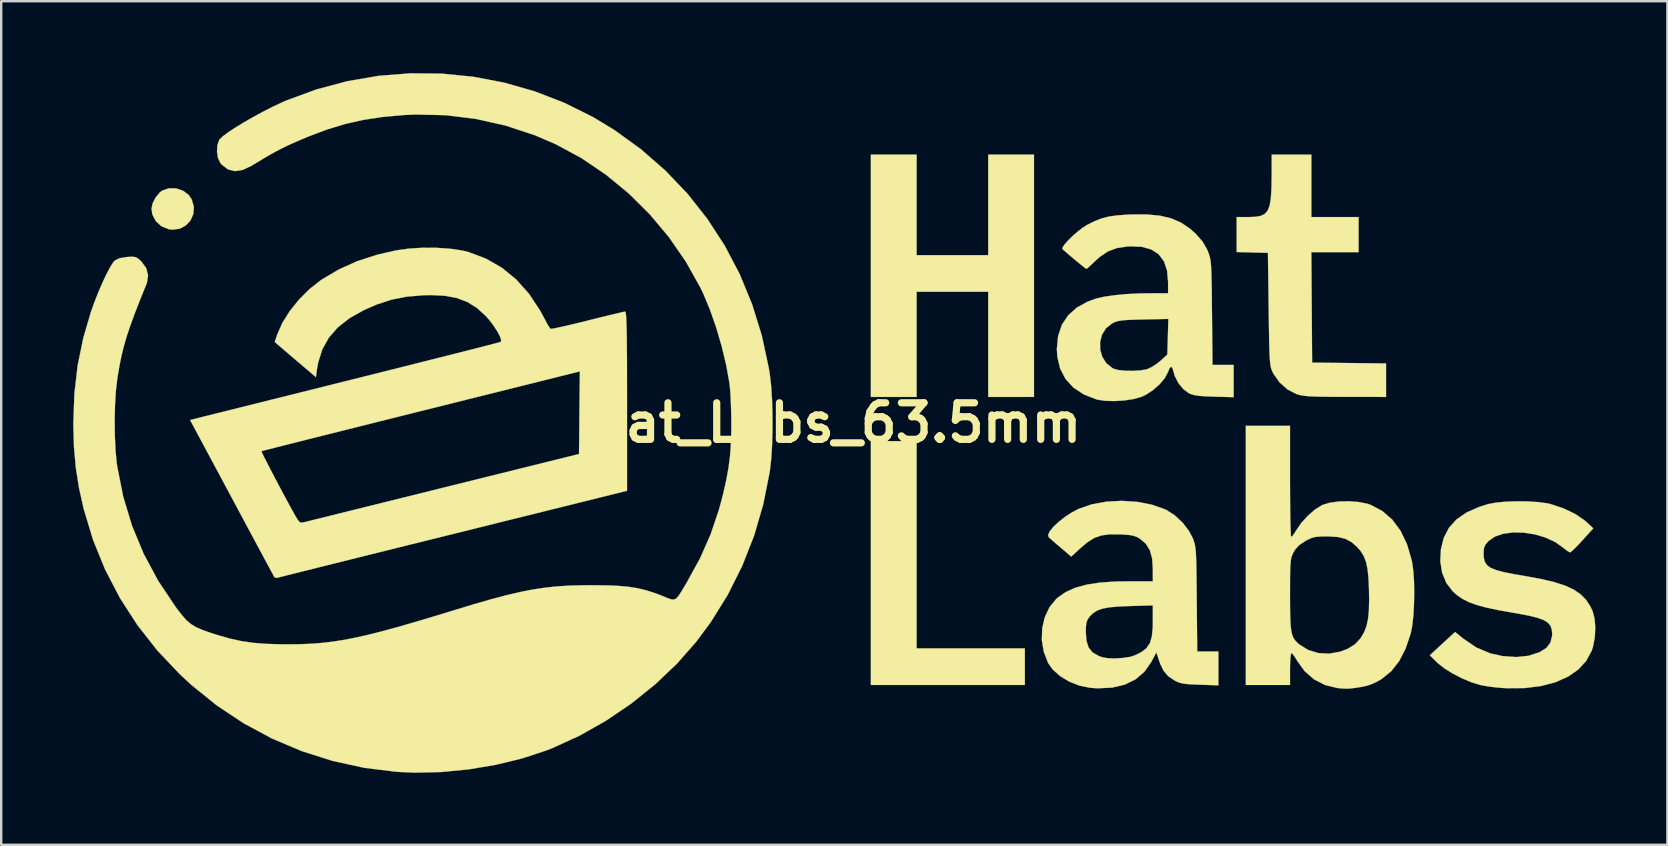
<source format=kicad_pcb>
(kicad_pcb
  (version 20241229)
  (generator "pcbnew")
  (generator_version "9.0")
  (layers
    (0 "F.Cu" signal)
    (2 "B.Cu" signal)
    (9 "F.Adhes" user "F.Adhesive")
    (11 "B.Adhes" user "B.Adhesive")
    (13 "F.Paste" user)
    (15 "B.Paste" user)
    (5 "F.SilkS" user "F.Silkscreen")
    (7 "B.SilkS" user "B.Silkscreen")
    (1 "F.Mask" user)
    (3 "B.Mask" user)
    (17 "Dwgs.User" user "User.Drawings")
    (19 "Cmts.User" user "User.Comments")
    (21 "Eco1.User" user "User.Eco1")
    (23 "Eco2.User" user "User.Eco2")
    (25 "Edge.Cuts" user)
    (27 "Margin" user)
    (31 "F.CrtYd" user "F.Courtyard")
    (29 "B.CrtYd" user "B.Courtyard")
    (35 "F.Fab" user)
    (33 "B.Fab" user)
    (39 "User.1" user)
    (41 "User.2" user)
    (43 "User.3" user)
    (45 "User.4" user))
  (footprint "Hat_Labs_63.5mm"
    (layer "F.Cu")
    (at 31.71 14.566)
    (property "Reference" "Hat_Labs_63.5mm" (at 0 0 0) (layer "F.SilkS") (effects (font (size 1.524 1.524) (thickness 0.3))))
    (attr through_hole)
    (fp_poly (pts (xy 3.429 9.398) (xy 7.938 9.398) (xy 7.938 10.922) (xy 1.524 10.922) (xy 1.524 0.762) (xy 3.429 0.762) (xy 3.429 9.398)) (stroke (width 0.01) (type solid)) (fill yes) (layer "F.SilkS"))
    (fp_poly (pts (xy 3.429 -6.985) (xy 6.413 -6.985) (xy 6.413 -11.176) (xy 8.319 -11.176) (xy 8.319 -1.079) (xy 6.413 -1.079) (xy 6.413 -5.461) (xy 3.429 -5.461) (xy 3.429 -1.079) (xy 1.524 -1.079) (xy 1.524 -11.176) (xy 3.429 -11.176) (xy 3.429 -6.985)) (stroke (width 0.01) (type solid)) (fill yes) (layer "F.SilkS"))
    (fp_poly (pts (xy -27.424 -9.767) (xy -27.138 -9.672) (xy -26.9 -9.495) (xy -26.772 -9.308) (xy -26.684 -8.997) (xy -26.706 -8.699) (xy -26.822 -8.435) (xy -27.015 -8.225) (xy -27.27 -8.088) (xy -27.572 -8.047) (xy -27.732 -8.067) (xy -28.034 -8.19) (xy -28.267 -8.401) (xy -28.411 -8.677) (xy -28.448 -8.923) (xy -28.4 -9.146) (xy -28.277 -9.386) (xy -28.111 -9.591) (xy -28.004 -9.674) (xy -27.724 -9.771) (xy -27.424 -9.767)) (stroke (width 0.01) (type solid)) (fill yes) (layer "F.SilkS"))
    (fp_poly (pts (xy 19.875 -8.572) (xy 21.844 -8.572) (xy 21.844 -7.112) (xy 19.874 -7.112) (xy 19.891 -4.81) (xy 19.907 -2.508) (xy 21.447 -2.491) (xy 22.987 -2.474) (xy 22.987 -1.079) (xy 21.288 -1.082) (xy 20.764 -1.083) (xy 20.349 -1.087) (xy 20.027 -1.095) (xy 19.78 -1.106) (xy 19.592 -1.124) (xy 19.444 -1.147) (xy 19.32 -1.178) (xy 19.251 -1.2) (xy 18.88 -1.392) (xy 18.552 -1.683) (xy 18.296 -2.047) (xy 18.274 -2.091) (xy 18.236 -2.17) (xy 18.206 -2.251) (xy 18.181 -2.346) (xy 18.161 -2.471) (xy 18.146 -2.638) (xy 18.134 -2.861) (xy 18.124 -3.153) (xy 18.116 -3.528) (xy 18.108 -4) (xy 18.1 -4.583) (xy 18.098 -4.731) (xy 18.066 -7.08) (xy 17.415 -7.098) (xy 16.764 -7.116) (xy 16.764 -8.572) (xy 17.268 -8.572) (xy 17.551 -8.583) (xy 17.772 -8.623) (xy 17.939 -8.707) (xy 18.059 -8.848) (xy 18.139 -9.059) (xy 18.188 -9.356) (xy 18.213 -9.75) (xy 18.222 -10.257) (xy 18.222 -10.303) (xy 18.224 -11.176) (xy 19.875 -11.176) (xy 19.875 -8.572)) (stroke (width 0.01) (type solid)) (fill yes) (layer "F.SilkS"))
    (fp_poly (pts (xy 28.895 3.275) (xy 29.332 3.303) (xy 29.702 3.353) (xy 29.845 3.385) (xy 30.378 3.564) (xy 30.854 3.791) (xy 31.243 4.053) (xy 31.332 4.129) (xy 31.621 4.396) (xy 31.168 4.897) (xy 30.977 5.102) (xy 30.813 5.267) (xy 30.697 5.371) (xy 30.654 5.397) (xy 30.572 5.359) (xy 30.439 5.261) (xy 30.375 5.207) (xy 30.03 4.965) (xy 29.625 4.777) (xy 29.183 4.647) (xy 28.728 4.576) (xy 28.283 4.566) (xy 27.874 4.62) (xy 27.523 4.74) (xy 27.258 4.923) (xy 27.126 5.077) (xy 27.066 5.226) (xy 27.051 5.436) (xy 27.051 5.441) (xy 27.063 5.641) (xy 27.107 5.802) (xy 27.196 5.933) (xy 27.345 6.041) (xy 27.568 6.133) (xy 27.876 6.217) (xy 28.285 6.3) (xy 28.765 6.383) (xy 29.432 6.504) (xy 29.985 6.634) (xy 30.437 6.779) (xy 30.802 6.947) (xy 31.092 7.143) (xy 31.32 7.374) (xy 31.499 7.648) (xy 31.592 7.842) (xy 31.673 8.144) (xy 31.704 8.518) (xy 31.686 8.917) (xy 31.618 9.298) (xy 31.558 9.489) (xy 31.329 9.916) (xy 30.996 10.279) (xy 30.565 10.578) (xy 30.045 10.808) (xy 29.443 10.967) (xy 28.766 11.051) (xy 28.023 11.057) (xy 27.779 11.043) (xy 27.478 11.013) (xy 27.173 10.972) (xy 26.929 10.927) (xy 26.922 10.926) (xy 26.559 10.815) (xy 26.16 10.648) (xy 25.765 10.445) (xy 25.413 10.226) (xy 25.142 10.012) (xy 25.121 9.992) (xy 24.811 9.685) (xy 25.337 9.199) (xy 25.864 8.714) (xy 26.219 9.003) (xy 26.754 9.364) (xy 27.328 9.606) (xy 27.844 9.719) (xy 28.418 9.759) (xy 28.922 9.707) (xy 29.375 9.56) (xy 29.38 9.558) (xy 29.665 9.382) (xy 29.837 9.157) (xy 29.906 8.869) (xy 29.909 8.794) (xy 29.892 8.603) (xy 29.835 8.447) (xy 29.724 8.32) (xy 29.544 8.212) (xy 29.283 8.119) (xy 28.928 8.032) (xy 28.464 7.944) (xy 28.256 7.908) (xy 27.655 7.802) (xy 27.163 7.697) (xy 26.763 7.589) (xy 26.438 7.47) (xy 26.17 7.335) (xy 25.942 7.178) (xy 25.776 7.031) (xy 25.502 6.677) (xy 25.325 6.252) (xy 25.248 5.768) (xy 25.273 5.273) (xy 25.393 4.788) (xy 25.61 4.371) (xy 25.929 4.02) (xy 26.352 3.73) (xy 26.886 3.496) (xy 27.241 3.386) (xy 27.564 3.325) (xy 27.972 3.286) (xy 28.429 3.27) (xy 28.895 3.275)) (stroke (width 0.01) (type solid)) (fill yes) (layer "F.SilkS"))
    (fp_poly (pts (xy 18.986 2.445) (xy 18.988 2.973) (xy 18.991 3.459) (xy 18.997 3.889) (xy 19.004 4.248) (xy 19.013 4.523) (xy 19.023 4.699) (xy 19.034 4.762) (xy 19.034 4.762) (xy 19.091 4.711) (xy 19.181 4.583) (xy 19.235 4.493) (xy 19.456 4.173) (xy 19.735 3.866) (xy 20.036 3.606) (xy 20.325 3.427) (xy 20.339 3.421) (xy 20.643 3.329) (xy 21.024 3.278) (xy 21.442 3.268) (xy 21.853 3.3) (xy 22.216 3.373) (xy 22.34 3.415) (xy 22.829 3.673) (xy 23.247 4.034) (xy 23.591 4.497) (xy 23.861 5.06) (xy 24.054 5.719) (xy 24.073 5.81) (xy 24.122 6.162) (xy 24.152 6.594) (xy 24.161 7.073) (xy 24.152 7.564) (xy 24.125 8.033) (xy 24.079 8.446) (xy 24.017 8.768) (xy 24.015 8.775) (xy 23.801 9.41) (xy 23.53 9.934) (xy 23.198 10.354) (xy 22.801 10.675) (xy 22.6 10.788) (xy 22.4 10.881) (xy 22.21 10.948) (xy 21.993 10.998) (xy 21.711 11.042) (xy 21.463 11.072) (xy 21.31 11.075) (xy 21.091 11.062) (xy 20.955 11.048) (xy 20.447 10.925) (xy 19.99 10.689) (xy 19.6 10.351) (xy 19.291 9.924) (xy 19.182 9.746) (xy 19.09 9.625) (xy 19.044 9.588) (xy 19.02 9.648) (xy 19.001 9.807) (xy 18.99 10.042) (xy 18.986 10.255) (xy 18.986 10.922) (xy 17.145 10.922) (xy 17.145 7.159) (xy 18.986 7.159) (xy 18.988 7.681) (xy 18.995 8.093) (xy 19.01 8.411) (xy 19.036 8.652) (xy 19.077 8.834) (xy 19.135 8.972) (xy 19.214 9.084) (xy 19.317 9.186) (xy 19.371 9.233) (xy 19.741 9.464) (xy 20.165 9.593) (xy 20.62 9.617) (xy 21.081 9.534) (xy 21.399 9.41) (xy 21.692 9.228) (xy 21.913 8.991) (xy 21.951 8.937) (xy 22.08 8.712) (xy 22.174 8.466) (xy 22.237 8.176) (xy 22.272 7.821) (xy 22.283 7.379) (xy 22.277 6.959) (xy 22.256 6.475) (xy 22.216 6.094) (xy 22.153 5.794) (xy 22.058 5.55) (xy 21.927 5.341) (xy 21.793 5.185) (xy 21.553 4.972) (xy 21.293 4.833) (xy 20.982 4.757) (xy 20.585 4.731) (xy 20.542 4.731) (xy 20.256 4.735) (xy 20.053 4.753) (xy 19.891 4.794) (xy 19.728 4.868) (xy 19.622 4.926) (xy 19.37 5.093) (xy 19.201 5.278) (xy 19.129 5.4) (xy 19.084 5.495) (xy 19.049 5.59) (xy 19.024 5.705) (xy 19.006 5.857) (xy 18.995 6.065) (xy 18.989 6.346) (xy 18.987 6.719) (xy 18.986 7.159) (xy 17.145 7.159) (xy 17.145 0.127) (xy 18.986 0.127) (xy 18.986 2.445)) (stroke (width 0.01) (type solid)) (fill yes) (layer "F.SilkS"))
    (fp_poly (pts (xy 12.622 3.293) (xy 13.236 3.412) (xy 13.785 3.607) (xy 13.827 3.626) (xy 14.183 3.853) (xy 14.515 4.165) (xy 14.787 4.522) (xy 14.929 4.796) (xy 14.97 4.901) (xy 15.003 5.002) (xy 15.029 5.113) (xy 15.049 5.249) (xy 15.064 5.426) (xy 15.075 5.656) (xy 15.084 5.956) (xy 15.09 6.341) (xy 15.095 6.824) (xy 15.1 7.35) (xy 15.119 9.525) (xy 16.002 9.525) (xy 16.002 10.937) (xy 15.224 10.911) (xy 14.881 10.897) (xy 14.635 10.878) (xy 14.456 10.848) (xy 14.314 10.802) (xy 14.178 10.736) (xy 14.166 10.729) (xy 13.91 10.554) (xy 13.724 10.339) (xy 13.582 10.05) (xy 13.53 9.902) (xy 13.419 9.563) (xy 13.208 9.96) (xy 12.921 10.371) (xy 12.551 10.687) (xy 12.1 10.908) (xy 11.569 11.033) (xy 10.962 11.06) (xy 10.654 11.039) (xy 10.213 10.95) (xy 9.788 10.782) (xy 9.407 10.552) (xy 9.099 10.277) (xy 8.908 10.006) (xy 8.727 9.54) (xy 8.646 9.052) (xy 8.657 8.708) (xy 10.477 8.708) (xy 10.505 9.085) (xy 10.596 9.365) (xy 10.763 9.569) (xy 11.021 9.716) (xy 11.184 9.773) (xy 11.41 9.81) (xy 11.708 9.817) (xy 12.028 9.796) (xy 12.32 9.751) (xy 12.509 9.694) (xy 12.802 9.549) (xy 13.011 9.383) (xy 13.15 9.173) (xy 13.231 8.899) (xy 13.267 8.535) (xy 13.271 8.283) (xy 13.271 7.606) (xy 12.303 7.634) (xy 11.827 7.654) (xy 11.457 7.688) (xy 11.174 7.741) (xy 10.957 7.819) (xy 10.786 7.927) (xy 10.641 8.07) (xy 10.636 8.076) (xy 10.549 8.199) (xy 10.501 8.332) (xy 10.481 8.52) (xy 10.477 8.708) (xy 8.657 8.708) (xy 8.661 8.564) (xy 8.769 8.101) (xy 8.965 7.684) (xy 9.248 7.337) (xy 9.313 7.279) (xy 9.642 7.051) (xy 10.036 6.874) (xy 10.505 6.744) (xy 11.064 6.657) (xy 11.723 6.612) (xy 12.229 6.604) (xy 13.271 6.604) (xy 13.271 6.084) (xy 13.241 5.646) (xy 13.145 5.302) (xy 12.976 5.034) (xy 12.749 4.84) (xy 12.606 4.757) (xy 12.458 4.703) (xy 12.268 4.671) (xy 11.998 4.651) (xy 11.906 4.647) (xy 11.473 4.645) (xy 11.126 4.692) (xy 10.827 4.798) (xy 10.541 4.978) (xy 10.275 5.203) (xy 9.871 5.573) (xy 9.428 5.196) (xy 9.226 5.024) (xy 9.059 4.879) (xy 8.952 4.785) (xy 8.93 4.764) (xy 8.909 4.662) (xy 8.982 4.512) (xy 9.131 4.33) (xy 9.341 4.132) (xy 9.594 3.932) (xy 9.874 3.747) (xy 10.164 3.592) (xy 10.174 3.588) (xy 10.718 3.398) (xy 11.33 3.286) (xy 11.975 3.251) (xy 12.622 3.293)) (stroke (width 0.01) (type solid)) (fill yes) (layer "F.SilkS"))
    (fp_poly (pts (xy 13.572 -8.629) (xy 14.039 -8.517) (xy 14.447 -8.34) (xy 14.816 -8.092) (xy 15.057 -7.876) (xy 15.338 -7.557) (xy 15.528 -7.23) (xy 15.565 -7.144) (xy 15.605 -7.037) (xy 15.637 -6.935) (xy 15.663 -6.82) (xy 15.683 -6.68) (xy 15.698 -6.499) (xy 15.709 -6.262) (xy 15.718 -5.955) (xy 15.725 -5.562) (xy 15.73 -5.069) (xy 15.735 -4.588) (xy 15.756 -2.413) (xy 16.637 -2.413) (xy 16.637 -1.069) (xy 15.827 -1.09) (xy 15.456 -1.104) (xy 15.184 -1.125) (xy 14.986 -1.158) (xy 14.834 -1.205) (xy 14.771 -1.234) (xy 14.543 -1.403) (xy 14.337 -1.655) (xy 14.186 -1.945) (xy 14.133 -2.129) (xy 14.084 -2.296) (xy 14.025 -2.337) (xy 13.956 -2.251) (xy 13.902 -2.114) (xy 13.77 -1.865) (xy 13.55 -1.603) (xy 13.273 -1.36) (xy 12.971 -1.164) (xy 12.793 -1.081) (xy 12.473 -0.992) (xy 12.084 -0.933) (xy 11.672 -0.907) (xy 11.284 -0.917) (xy 10.963 -0.965) (xy 10.922 -0.976) (xy 10.392 -1.184) (xy 9.962 -1.469) (xy 9.633 -1.828) (xy 9.409 -2.258) (xy 9.291 -2.756) (xy 9.272 -3.076) (xy 9.3 -3.373) (xy 11.074 -3.373) (xy 11.077 -3.055) (xy 11.164 -2.75) (xy 11.332 -2.484) (xy 11.582 -2.283) (xy 11.652 -2.249) (xy 11.845 -2.198) (xy 12.119 -2.17) (xy 12.43 -2.165) (xy 12.735 -2.182) (xy 12.989 -2.223) (xy 13.033 -2.235) (xy 13.222 -2.321) (xy 13.44 -2.463) (xy 13.581 -2.577) (xy 13.875 -2.843) (xy 13.918 -4.329) (xy 12.88 -4.307) (xy 12.484 -4.297) (xy 12.192 -4.284) (xy 11.98 -4.266) (xy 11.824 -4.24) (xy 11.701 -4.202) (xy 11.588 -4.149) (xy 11.574 -4.142) (xy 11.321 -3.943) (xy 11.155 -3.678) (xy 11.074 -3.373) (xy 9.3 -3.373) (xy 9.324 -3.615) (xy 9.481 -4.084) (xy 9.744 -4.481) (xy 10.111 -4.807) (xy 10.582 -5.061) (xy 10.917 -5.18) (xy 11.25 -5.255) (xy 11.682 -5.317) (xy 12.183 -5.364) (xy 12.726 -5.391) (xy 13.129 -5.397) (xy 13.906 -5.397) (xy 13.906 -5.876) (xy 13.863 -6.35) (xy 13.733 -6.732) (xy 13.514 -7.023) (xy 13.207 -7.223) (xy 12.811 -7.334) (xy 12.325 -7.354) (xy 12.216 -7.348) (xy 11.773 -7.281) (xy 11.402 -7.143) (xy 11.061 -6.915) (xy 10.869 -6.741) (xy 10.702 -6.583) (xy 10.573 -6.466) (xy 10.505 -6.414) (xy 10.502 -6.413) (xy 10.446 -6.451) (xy 10.319 -6.552) (xy 10.144 -6.694) (xy 9.947 -6.859) (xy 9.75 -7.024) (xy 9.58 -7.172) (xy 9.505 -7.239) (xy 9.512 -7.31) (xy 9.599 -7.439) (xy 9.747 -7.605) (xy 9.935 -7.789) (xy 10.143 -7.971) (xy 10.35 -8.13) (xy 10.535 -8.247) (xy 10.848 -8.402) (xy 11.134 -8.515) (xy 11.427 -8.591) (xy 11.764 -8.64) (xy 12.177 -8.671) (xy 12.383 -8.68) (xy 13.026 -8.681) (xy 13.572 -8.629)) (stroke (width 0.01) (type solid)) (fill yes) (layer "F.SilkS"))
    (fp_poly (pts (xy -16.56 -7.291) (xy -15.994 -7.252) (xy -15.492 -7.176) (xy -15.242 -7.115) (xy -14.51 -6.839) (xy -13.846 -6.458) (xy -13.25 -5.97) (xy -12.719 -5.374) (xy -12.253 -4.67) (xy -12.075 -4.337) (xy -11.969 -4.137) (xy -11.879 -3.985) (xy -11.826 -3.914) (xy -11.825 -3.914) (xy -11.752 -3.92) (xy -11.573 -3.954) (xy -11.306 -4.012) (xy -10.968 -4.09) (xy -10.578 -4.184) (xy -10.284 -4.257) (xy -9.865 -4.362) (xy -9.485 -4.455) (xy -9.162 -4.534) (xy -8.914 -4.592) (xy -8.759 -4.626) (xy -8.715 -4.634) (xy -8.698 -4.61) (xy -8.683 -4.531) (xy -8.671 -4.39) (xy -8.661 -4.179) (xy -8.653 -3.889) (xy -8.646 -3.513) (xy -8.642 -3.043) (xy -8.638 -2.47) (xy -8.637 -1.787) (xy -8.636 -0.986) (xy -8.636 -0.902) (xy -8.636 2.831) (xy -15.891 4.632) (xy -16.827 4.864) (xy -17.73 5.088) (xy -18.59 5.302) (xy -19.402 5.504) (xy -20.156 5.692) (xy -20.846 5.864) (xy -21.463 6.018) (xy -22 6.152) (xy -22.449 6.264) (xy -22.802 6.353) (xy -23.053 6.416) (xy -23.192 6.452) (xy -23.219 6.459) (xy -23.311 6.445) (xy -23.328 6.427) (xy -23.364 6.362) (xy -23.454 6.195) (xy -23.594 5.936) (xy -23.777 5.595) (xy -23.999 5.183) (xy -24.253 4.709) (xy -24.535 4.184) (xy -24.839 3.617) (xy -25.102 3.126) (xy -26.144 1.182) (xy -23.868 1.182) (xy -23.846 1.24) (xy -23.773 1.392) (xy -23.657 1.621) (xy -23.509 1.909) (xy -23.338 2.238) (xy -23.152 2.59) (xy -22.962 2.949) (xy -22.775 3.296) (xy -22.602 3.613) (xy -22.466 3.858) (xy -22.356 4.042) (xy -22.275 4.136) (xy -22.195 4.162) (xy -22.109 4.147) (xy -22.024 4.126) (xy -21.824 4.076) (xy -21.519 4) (xy -21.118 3.901) (xy -20.629 3.779) (xy -20.061 3.638) (xy -19.425 3.48) (xy -18.728 3.307) (xy -17.979 3.121) (xy -17.187 2.925) (xy -16.362 2.72) (xy -16.288 2.701) (xy -10.636 1.299) (xy -10.619 -0.422) (xy -10.602 -2.144) (xy -17.223 -0.491) (xy -18.116 -0.268) (xy -18.974 -0.053) (xy -19.788 0.151) (xy -20.552 0.342) (xy -21.257 0.519) (xy -21.895 0.679) (xy -22.457 0.821) (xy -22.937 0.942) (xy -23.326 1.041) (xy -23.616 1.115) (xy -23.8 1.163) (xy -23.868 1.182) (xy -23.868 1.182) (xy -26.144 1.182) (xy -26.84 -0.117) (xy -20.4 -1.725) (xy -19.519 -1.945) (xy -18.672 -2.158) (xy -17.868 -2.359) (xy -17.115 -2.549) (xy -16.42 -2.724) (xy -15.793 -2.883) (xy -15.241 -3.023) (xy -14.772 -3.142) (xy -14.395 -3.239) (xy -14.118 -3.311) (xy -13.949 -3.357) (xy -13.896 -3.373) (xy -13.88 -3.451) (xy -13.931 -3.603) (xy -14.037 -3.804) (xy -14.183 -4.032) (xy -14.356 -4.263) (xy -14.517 -4.447) (xy -14.884 -4.781) (xy -15.277 -5.028) (xy -15.716 -5.197) (xy -16.22 -5.293) (xy -16.809 -5.322) (xy -17.113 -5.316) (xy -17.816 -5.257) (xy -18.454 -5.131) (xy -19.076 -4.926) (xy -19.597 -4.697) (xy -20.2 -4.359) (xy -20.686 -3.977) (xy -21.062 -3.545) (xy -21.334 -3.055) (xy -21.508 -2.5) (xy -21.558 -2.206) (xy -21.598 -1.904) (xy -22.245 -2.454) (xy -22.507 -2.676) (xy -22.753 -2.887) (xy -22.958 -3.062) (xy -23.095 -3.179) (xy -23.103 -3.186) (xy -23.313 -3.369) (xy -23.213 -3.672) (xy -23.002 -4.153) (xy -22.693 -4.648) (xy -22.308 -5.129) (xy -21.868 -5.569) (xy -21.397 -5.941) (xy -21.36 -5.966) (xy -20.638 -6.393) (xy -19.869 -6.738) (xy -19.028 -7.008) (xy -18.258 -7.184) (xy -17.729 -7.258) (xy -17.15 -7.294) (xy -16.56 -7.291)) (stroke (width 0.01) (type solid)) (fill yes) (layer "F.SilkS"))
    (fp_poly (pts (xy -16.348 -14.548) (xy -15.04 -14.418) (xy -13.748 -14.172) (xy -12.483 -13.81) (xy -11.252 -13.334) (xy -10.065 -12.745) (xy -9.176 -12.208) (xy -8.064 -11.404) (xy -7.044 -10.515) (xy -6.118 -9.545) (xy -5.291 -8.498) (xy -4.564 -7.379) (xy -3.942 -6.194) (xy -3.427 -4.946) (xy -3.022 -3.642) (xy -2.73 -2.285) (xy -2.689 -2.032) (xy -2.633 -1.548) (xy -2.595 -0.973) (xy -2.576 -0.345) (xy -2.575 0.303) (xy -2.593 0.934) (xy -2.63 1.513) (xy -2.685 2.004) (xy -2.689 2.032) (xy -2.958 3.386) (xy -3.341 4.698) (xy -3.837 5.961) (xy -4.44 7.166) (xy -5.147 8.304) (xy -5.746 9.112) (xy -6.553 10.031) (xy -7.463 10.896) (xy -8.456 11.694) (xy -9.515 12.413) (xy -10.62 13.037) (xy -11.753 13.555) (xy -11.994 13.649) (xy -13.01 13.983) (xy -14.101 14.248) (xy -15.233 14.438) (xy -16.372 14.549) (xy -17.483 14.575) (xy -18.224 14.542) (xy -19.583 14.374) (xy -20.906 14.085) (xy -22.188 13.678) (xy -23.422 13.156) (xy -24.604 12.521) (xy -25.727 11.775) (xy -26.785 10.922) (xy -27.265 10.478) (xy -28.203 9.487) (xy -29.037 8.424) (xy -29.764 7.297) (xy -30.382 6.11) (xy -30.887 4.868) (xy -31.272 3.591) (xy -31.467 2.715) (xy -31.601 1.871) (xy -31.678 1.009) (xy -31.705 0.08) (xy -31.705 0.032) (xy -31.661 -1.211) (xy -31.524 -2.393) (xy -31.288 -3.542) (xy -30.978 -4.601) (xy -30.833 -5.01) (xy -30.671 -5.421) (xy -30.502 -5.815) (xy -30.337 -6.168) (xy -30.184 -6.46) (xy -30.055 -6.67) (xy -29.98 -6.759) (xy -29.787 -6.856) (xy -29.481 -6.908) (xy -29.463 -6.909) (xy -29.246 -6.92) (xy -29.107 -6.902) (xy -28.997 -6.839) (xy -28.867 -6.718) (xy -28.668 -6.444) (xy -28.591 -6.146) (xy -28.638 -5.836) (xy -28.655 -5.79) (xy -28.925 -5.124) (xy -29.148 -4.552) (xy -29.33 -4.054) (xy -29.479 -3.609) (xy -29.599 -3.196) (xy -29.698 -2.794) (xy -29.782 -2.383) (xy -29.857 -1.941) (xy -29.878 -1.802) (xy -29.934 -1.309) (xy -29.969 -0.729) (xy -29.983 -0.104) (xy -29.976 0.53) (xy -29.948 1.13) (xy -29.899 1.659) (xy -29.878 1.81) (xy -29.627 3.075) (xy -29.259 4.291) (xy -28.773 5.461) (xy -28.168 6.586) (xy -27.444 7.669) (xy -27.369 7.77) (xy -27.165 8.031) (xy -26.984 8.232) (xy -26.799 8.388) (xy -26.585 8.517) (xy -26.317 8.634) (xy -25.969 8.756) (xy -25.676 8.849) (xy -25.177 8.991) (xy -24.697 9.096) (xy -24.202 9.167) (xy -23.661 9.21) (xy -23.038 9.228) (xy -22.797 9.23) (xy -22.313 9.225) (xy -21.853 9.208) (xy -21.404 9.175) (xy -20.952 9.124) (xy -20.484 9.053) (xy -19.986 8.958) (xy -19.446 8.837) (xy -18.849 8.687) (xy -18.183 8.506) (xy -17.435 8.29) (xy -16.59 8.037) (xy -15.843 7.809) (xy -15.026 7.561) (xy -14.309 7.355) (xy -13.674 7.186) (xy -13.101 7.051) (xy -12.572 6.947) (xy -12.068 6.87) (xy -11.57 6.817) (xy -11.06 6.784) (xy -10.518 6.769) (xy -10.128 6.766) (xy -9.522 6.772) (xy -9.016 6.792) (xy -8.585 6.83) (xy -8.205 6.89) (xy -7.848 6.975) (xy -7.49 7.089) (xy -7.179 7.207) (xy -6.962 7.296) (xy -6.805 7.353) (xy -6.688 7.365) (xy -6.59 7.322) (xy -6.49 7.211) (xy -6.367 7.022) (xy -6.2 6.742) (xy -6.137 6.636) (xy -5.591 5.639) (xy -5.15 4.639) (xy -4.799 3.596) (xy -4.638 2.99) (xy -4.508 2.418) (xy -4.413 1.91) (xy -4.349 1.424) (xy -4.31 0.919) (xy -4.293 0.353) (xy -4.291 0) (xy -4.296 -0.413) (xy -4.309 -0.828) (xy -4.328 -1.209) (xy -4.353 -1.521) (xy -4.369 -1.657) (xy -4.502 -2.398) (xy -4.689 -3.181) (xy -4.92 -3.968) (xy -5.183 -4.719) (xy -5.465 -5.397) (xy -5.572 -5.62) (xy -6.181 -6.709) (xy -6.889 -7.734) (xy -7.688 -8.687) (xy -8.567 -9.559) (xy -9.518 -10.341) (xy -10.531 -11.026) (xy -11.598 -11.604) (xy -12.471 -11.98) (xy -13.705 -12.386) (xy -14.949 -12.665) (xy -16.203 -12.818) (xy -17.468 -12.845) (xy -17.95 -12.822) (xy -18.825 -12.742) (xy -19.626 -12.621) (xy -20.388 -12.449) (xy -21.149 -12.217) (xy -21.945 -11.915) (xy -22.45 -11.699) (xy -22.749 -11.565) (xy -23.012 -11.438) (xy -23.268 -11.306) (xy -23.545 -11.151) (xy -23.871 -10.959) (xy -24.275 -10.714) (xy -24.285 -10.708) (xy -24.646 -10.536) (xy -24.969 -10.486) (xy -25.258 -10.557) (xy -25.512 -10.75) (xy -25.585 -10.834) (xy -25.678 -11.034) (xy -25.719 -11.294) (xy -25.704 -11.56) (xy -25.632 -11.775) (xy -25.616 -11.8) (xy -25.494 -11.923) (xy -25.275 -12.088) (xy -24.98 -12.284) (xy -24.628 -12.5) (xy -24.237 -12.725) (xy -23.827 -12.949) (xy -23.417 -13.158) (xy -23.026 -13.343) (xy -22.828 -13.43) (xy -21.57 -13.892) (xy -20.284 -14.234) (xy -18.979 -14.457) (xy -17.664 -14.561) (xy -16.348 -14.548)) (stroke (width 0.01) (type solid)) (fill yes) (layer "F.SilkS")))
  (gr_rect
    (start -3 -3)
    (end 66.419 32.146)
    (stroke (width 0.1) (type default))
    (fill no)
    (layer "Edge.Cuts")))
</source>
